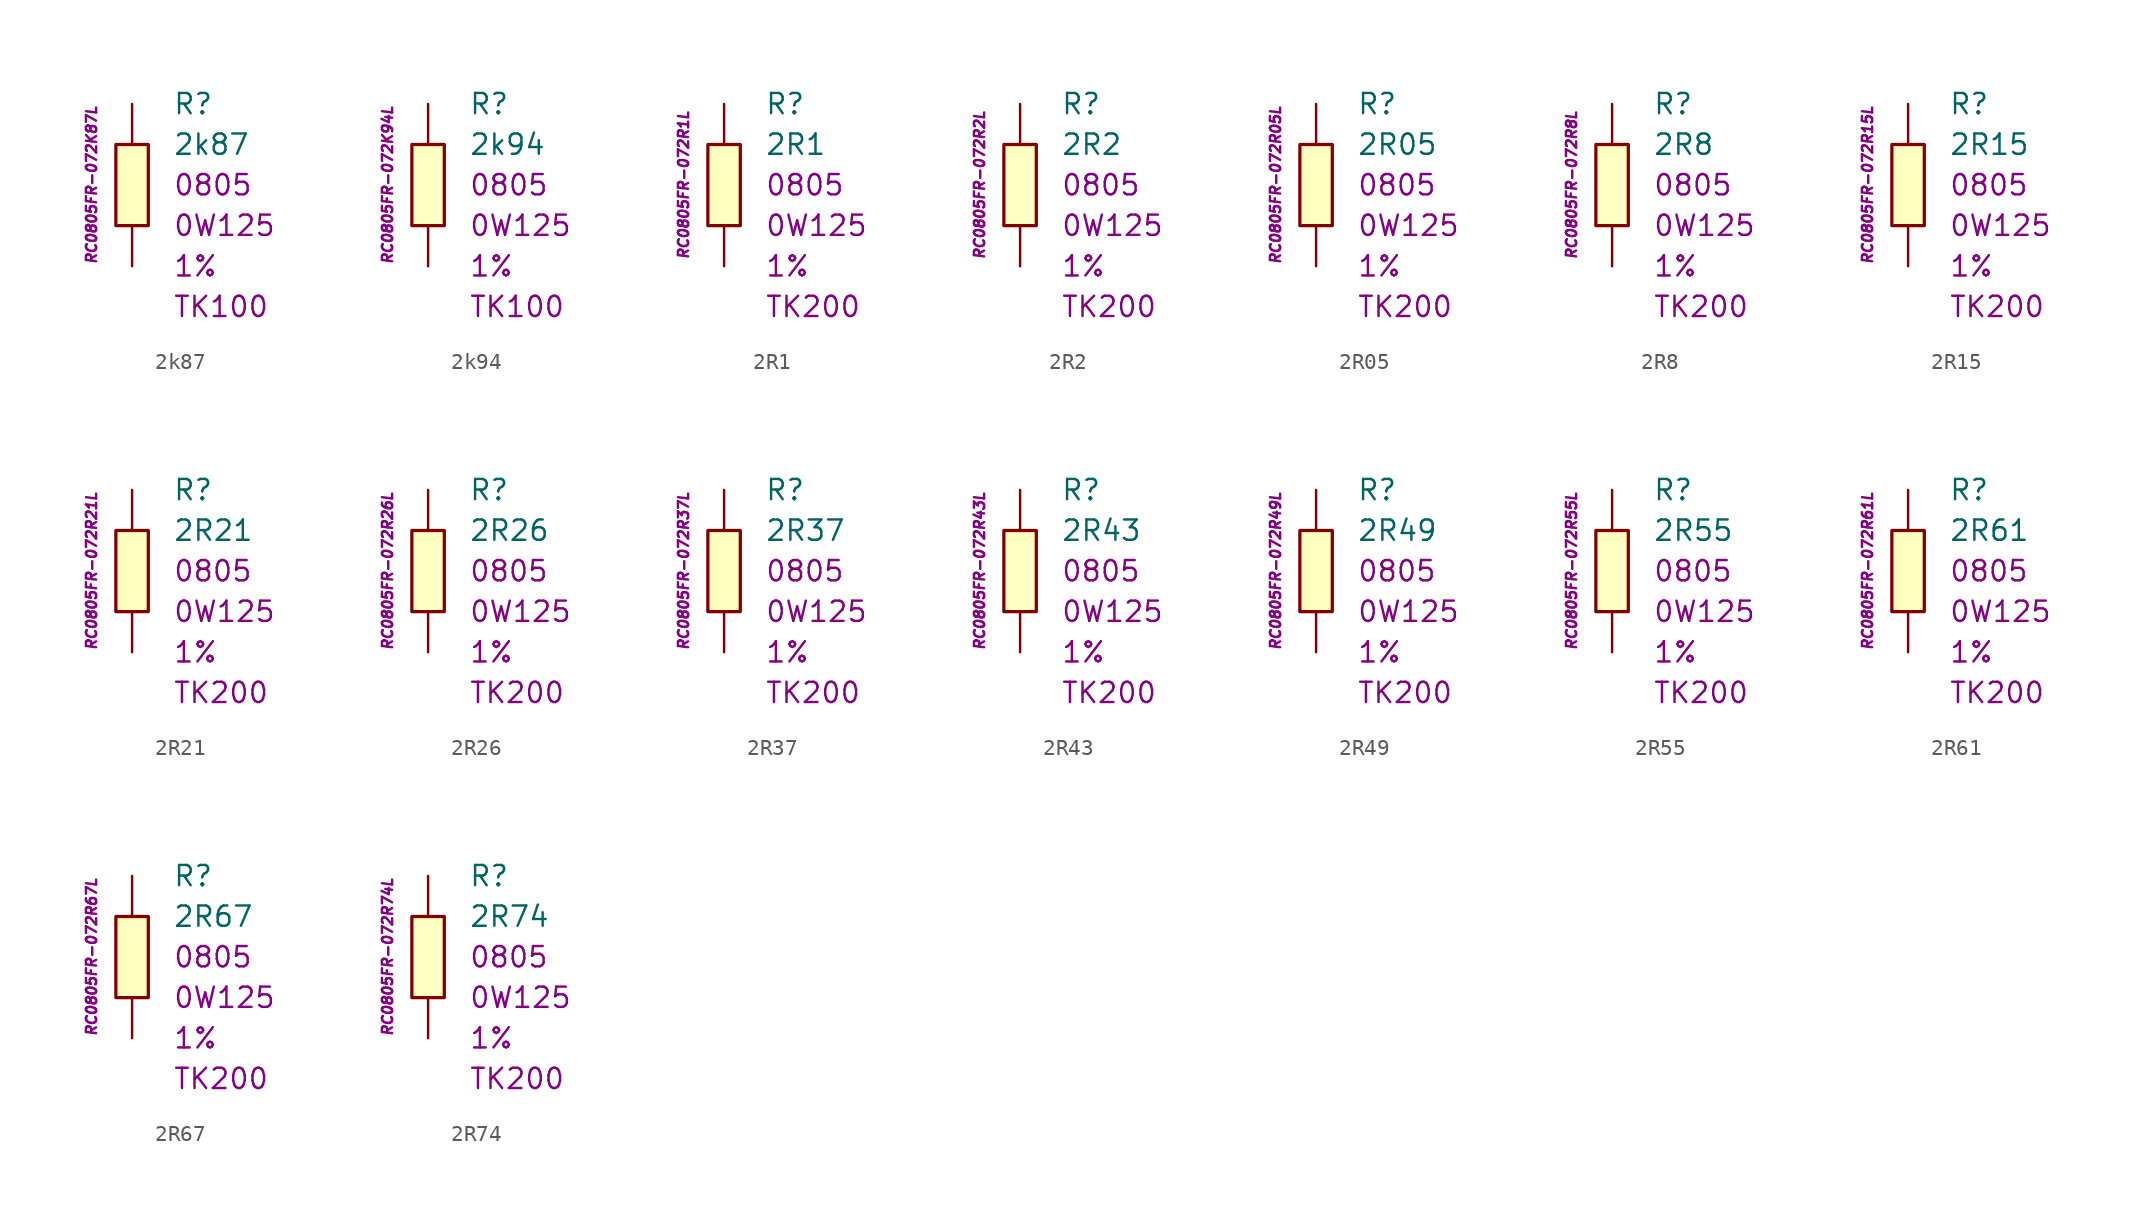
<source format=kicad_sym>
(kicad_symbol_lib
  (version 20201005)
  (generator kicad_symbol_editor)
  (symbol "2k87"
    (pin_numbers hide)
    (pin_names
      (offset 1.016) hide)
    (property "Reference" "R"
      (at 2.54 5.08 0)
      (effects (font (size 1.27 1.27)) (justify left)))
    (property "Value" "2k87"
      (at 2.54 2.54 0)
      (effects (font (size 1.27 1.27)) (justify left)))
    (property "Package" "0805"
      (at 2.54 0 0)
      (effects (font (size 1.27 1.27)) (justify left)))
    (property "Power" "0W125"
      (at 2.54 -2.54 0)
      (effects (font (size 1.27 1.27)) (justify left)))
    (property "Tolerance" "1%"
      (at 2.54 -5.08 0)
      (effects (font (size 1.27 1.27)) (justify left)))
    (property "TK" "TK100"
      (at 2.54 -7.62 0)
      (effects (font (size 1.27 1.27)) (justify left)))
    (property "ID" "RC0805FR-072K87L"
      (at -2.54 0 90)
      (effects (font (size 0.635 0.635) italic)))
    (symbol "2k87_0_1"
      (rectangle (start -1.016 2.54) (end 1.016 -2.54) (stroke (width 0.203)) (fill (type background))))
    (symbol "2k87_1_1"
      (pin passive line (at 0 5.08 270) (length 2.54) (name "~" (effects (font (size 1.778 1.778)))) (number "1" (effects (font (size 1.778 1.778)))))
      (pin passive line (at 0 -5.08 90) (length 2.54) (name "~" (effects (font (size 1.778 1.778)))) (number "2" (effects (font (size 1.778 1.778)))))))
  (symbol "2k94"
    (pin_numbers hide)
    (pin_names
      (offset 1.016) hide)
    (property "Reference" "R"
      (at 2.54 5.08 0)
      (effects (font (size 1.27 1.27)) (justify left)))
    (property "Value" "2k94"
      (at 2.54 2.54 0)
      (effects (font (size 1.27 1.27)) (justify left)))
    (property "Package" "0805"
      (at 2.54 0 0)
      (effects (font (size 1.27 1.27)) (justify left)))
    (property "Power" "0W125"
      (at 2.54 -2.54 0)
      (effects (font (size 1.27 1.27)) (justify left)))
    (property "Tolerance" "1%"
      (at 2.54 -5.08 0)
      (effects (font (size 1.27 1.27)) (justify left)))
    (property "TK" "TK100"
      (at 2.54 -7.62 0)
      (effects (font (size 1.27 1.27)) (justify left)))
    (property "ID" "RC0805FR-072K94L"
      (at -2.54 0 90)
      (effects (font (size 0.635 0.635) italic)))
    (symbol "2k94_0_1"
      (rectangle (start -1.016 2.54) (end 1.016 -2.54) (stroke (width 0.203)) (fill (type background))))
    (symbol "2k94_1_1"
      (pin passive line (at 0 5.08 270) (length 2.54) (name "~" (effects (font (size 1.778 1.778)))) (number "1" (effects (font (size 1.778 1.778)))))
      (pin passive line (at 0 -5.08 90) (length 2.54) (name "~" (effects (font (size 1.778 1.778)))) (number "2" (effects (font (size 1.778 1.778)))))))
  (symbol "2R1"
    (pin_numbers hide)
    (pin_names
      (offset 1.016) hide)
    (property "Reference" "R"
      (at 2.54 5.08 0)
      (effects (font (size 1.27 1.27)) (justify left)))
    (property "Value" "2R1"
      (at 2.54 2.54 0)
      (effects (font (size 1.27 1.27)) (justify left)))
    (property "Package" "0805"
      (at 2.54 0 0)
      (effects (font (size 1.27 1.27)) (justify left)))
    (property "Power" "0W125"
      (at 2.54 -2.54 0)
      (effects (font (size 1.27 1.27)) (justify left)))
    (property "Tolerance" "1%"
      (at 2.54 -5.08 0)
      (effects (font (size 1.27 1.27)) (justify left)))
    (property "TK" "TK200"
      (at 2.54 -7.62 0)
      (effects (font (size 1.27 1.27)) (justify left)))
    (property "ID" "RC0805FR-072R1L"
      (at -2.54 0 90)
      (effects (font (size 0.635 0.635) italic)))
    (symbol "2R1_0_1"
      (rectangle (start -1.016 2.54) (end 1.016 -2.54) (stroke (width 0.203)) (fill (type background))))
    (symbol "2R1_1_1"
      (pin passive line (at 0 5.08 270) (length 2.54) (name "~" (effects (font (size 1.778 1.778)))) (number "1" (effects (font (size 1.778 1.778)))))
      (pin passive line (at 0 -5.08 90) (length 2.54) (name "~" (effects (font (size 1.778 1.778)))) (number "2" (effects (font (size 1.778 1.778)))))))
  (symbol "2R2"
    (pin_numbers hide)
    (pin_names
      (offset 1.016) hide)
    (property "Reference" "R"
      (at 2.54 5.08 0)
      (effects (font (size 1.27 1.27)) (justify left)))
    (property "Value" "2R2"
      (at 2.54 2.54 0)
      (effects (font (size 1.27 1.27)) (justify left)))
    (property "Package" "0805"
      (at 2.54 0 0)
      (effects (font (size 1.27 1.27)) (justify left)))
    (property "Power" "0W125"
      (at 2.54 -2.54 0)
      (effects (font (size 1.27 1.27)) (justify left)))
    (property "Tolerance" "1%"
      (at 2.54 -5.08 0)
      (effects (font (size 1.27 1.27)) (justify left)))
    (property "TK" "TK200"
      (at 2.54 -7.62 0)
      (effects (font (size 1.27 1.27)) (justify left)))
    (property "ID" "RC0805FR-072R2L"
      (at -2.54 0 90)
      (effects (font (size 0.635 0.635) italic)))
    (symbol "2R2_0_1"
      (rectangle (start -1.016 2.54) (end 1.016 -2.54) (stroke (width 0.203)) (fill (type background))))
    (symbol "2R2_1_1"
      (pin passive line (at 0 5.08 270) (length 2.54) (name "~" (effects (font (size 1.778 1.778)))) (number "1" (effects (font (size 1.778 1.778)))))
      (pin passive line (at 0 -5.08 90) (length 2.54) (name "~" (effects (font (size 1.778 1.778)))) (number "2" (effects (font (size 1.778 1.778)))))))
  (symbol "2R05"
    (pin_numbers hide)
    (pin_names
      (offset 1.016) hide)
    (property "Reference" "R"
      (at 2.54 5.08 0)
      (effects (font (size 1.27 1.27)) (justify left)))
    (property "Value" "2R05"
      (at 2.54 2.54 0)
      (effects (font (size 1.27 1.27)) (justify left)))
    (property "Package" "0805"
      (at 2.54 0 0)
      (effects (font (size 1.27 1.27)) (justify left)))
    (property "Power" "0W125"
      (at 2.54 -2.54 0)
      (effects (font (size 1.27 1.27)) (justify left)))
    (property "Tolerance" "1%"
      (at 2.54 -5.08 0)
      (effects (font (size 1.27 1.27)) (justify left)))
    (property "TK" "TK200"
      (at 2.54 -7.62 0)
      (effects (font (size 1.27 1.27)) (justify left)))
    (property "ID" "RC0805FR-072R05L"
      (at -2.54 0 90)
      (effects (font (size 0.635 0.635) italic)))
    (symbol "2R05_0_1"
      (rectangle (start -1.016 2.54) (end 1.016 -2.54) (stroke (width 0.203)) (fill (type background))))
    (symbol "2R05_1_1"
      (pin passive line (at 0 5.08 270) (length 2.54) (name "~" (effects (font (size 1.778 1.778)))) (number "1" (effects (font (size 1.778 1.778)))))
      (pin passive line (at 0 -5.08 90) (length 2.54) (name "~" (effects (font (size 1.778 1.778)))) (number "2" (effects (font (size 1.778 1.778)))))))
  (symbol "2R8"
    (pin_numbers hide)
    (pin_names
      (offset 1.016) hide)
    (property "Reference" "R"
      (at 2.54 5.08 0)
      (effects (font (size 1.27 1.27)) (justify left)))
    (property "Value" "2R8"
      (at 2.54 2.54 0)
      (effects (font (size 1.27 1.27)) (justify left)))
    (property "Package" "0805"
      (at 2.54 0 0)
      (effects (font (size 1.27 1.27)) (justify left)))
    (property "Power" "0W125"
      (at 2.54 -2.54 0)
      (effects (font (size 1.27 1.27)) (justify left)))
    (property "Tolerance" "1%"
      (at 2.54 -5.08 0)
      (effects (font (size 1.27 1.27)) (justify left)))
    (property "TK" "TK200"
      (at 2.54 -7.62 0)
      (effects (font (size 1.27 1.27)) (justify left)))
    (property "ID" "RC0805FR-072R8L"
      (at -2.54 0 90)
      (effects (font (size 0.635 0.635) italic)))
    (symbol "2R8_0_1"
      (rectangle (start -1.016 2.54) (end 1.016 -2.54) (stroke (width 0.203)) (fill (type background))))
    (symbol "2R8_1_1"
      (pin passive line (at 0 5.08 270) (length 2.54) (name "~" (effects (font (size 1.778 1.778)))) (number "1" (effects (font (size 1.778 1.778)))))
      (pin passive line (at 0 -5.08 90) (length 2.54) (name "~" (effects (font (size 1.778 1.778)))) (number "2" (effects (font (size 1.778 1.778)))))))
  (symbol "2R15"
    (pin_numbers hide)
    (pin_names
      (offset 1.016) hide)
    (property "Reference" "R"
      (at 2.54 5.08 0)
      (effects (font (size 1.27 1.27)) (justify left)))
    (property "Value" "2R15"
      (at 2.54 2.54 0)
      (effects (font (size 1.27 1.27)) (justify left)))
    (property "Package" "0805"
      (at 2.54 0 0)
      (effects (font (size 1.27 1.27)) (justify left)))
    (property "Power" "0W125"
      (at 2.54 -2.54 0)
      (effects (font (size 1.27 1.27)) (justify left)))
    (property "Tolerance" "1%"
      (at 2.54 -5.08 0)
      (effects (font (size 1.27 1.27)) (justify left)))
    (property "TK" "TK200"
      (at 2.54 -7.62 0)
      (effects (font (size 1.27 1.27)) (justify left)))
    (property "ID" "RC0805FR-072R15L"
      (at -2.54 0 90)
      (effects (font (size 0.635 0.635) italic)))
    (symbol "2R15_0_1"
      (rectangle (start -1.016 2.54) (end 1.016 -2.54) (stroke (width 0.203)) (fill (type background))))
    (symbol "2R15_1_1"
      (pin passive line (at 0 5.08 270) (length 2.54) (name "~" (effects (font (size 1.778 1.778)))) (number "1" (effects (font (size 1.778 1.778)))))
      (pin passive line (at 0 -5.08 90) (length 2.54) (name "~" (effects (font (size 1.778 1.778)))) (number "2" (effects (font (size 1.778 1.778)))))))
  (symbol "2R21"
    (pin_numbers hide)
    (pin_names
      (offset 1.016) hide)
    (property "Reference" "R"
      (at 2.54 5.08 0)
      (effects (font (size 1.27 1.27)) (justify left)))
    (property "Value" "2R21"
      (at 2.54 2.54 0)
      (effects (font (size 1.27 1.27)) (justify left)))
    (property "Package" "0805"
      (at 2.54 0 0)
      (effects (font (size 1.27 1.27)) (justify left)))
    (property "Power" "0W125"
      (at 2.54 -2.54 0)
      (effects (font (size 1.27 1.27)) (justify left)))
    (property "Tolerance" "1%"
      (at 2.54 -5.08 0)
      (effects (font (size 1.27 1.27)) (justify left)))
    (property "TK" "TK200"
      (at 2.54 -7.62 0)
      (effects (font (size 1.27 1.27)) (justify left)))
    (property "ID" "RC0805FR-072R21L"
      (at -2.54 0 90)
      (effects (font (size 0.635 0.635) italic)))
    (symbol "2R21_0_1"
      (rectangle (start -1.016 2.54) (end 1.016 -2.54) (stroke (width 0.203)) (fill (type background))))
    (symbol "2R21_1_1"
      (pin passive line (at 0 5.08 270) (length 2.54) (name "~" (effects (font (size 1.778 1.778)))) (number "1" (effects (font (size 1.778 1.778)))))
      (pin passive line (at 0 -5.08 90) (length 2.54) (name "~" (effects (font (size 1.778 1.778)))) (number "2" (effects (font (size 1.778 1.778)))))))
  (symbol "2R26"
    (pin_numbers hide)
    (pin_names
      (offset 1.016) hide)
    (property "Reference" "R"
      (at 2.54 5.08 0)
      (effects (font (size 1.27 1.27)) (justify left)))
    (property "Value" "2R26"
      (at 2.54 2.54 0)
      (effects (font (size 1.27 1.27)) (justify left)))
    (property "Package" "0805"
      (at 2.54 0 0)
      (effects (font (size 1.27 1.27)) (justify left)))
    (property "Power" "0W125"
      (at 2.54 -2.54 0)
      (effects (font (size 1.27 1.27)) (justify left)))
    (property "Tolerance" "1%"
      (at 2.54 -5.08 0)
      (effects (font (size 1.27 1.27)) (justify left)))
    (property "TK" "TK200"
      (at 2.54 -7.62 0)
      (effects (font (size 1.27 1.27)) (justify left)))
    (property "ID" "RC0805FR-072R26L"
      (at -2.54 0 90)
      (effects (font (size 0.635 0.635) italic)))
    (symbol "2R26_0_1"
      (rectangle (start -1.016 2.54) (end 1.016 -2.54) (stroke (width 0.203)) (fill (type background))))
    (symbol "2R26_1_1"
      (pin passive line (at 0 5.08 270) (length 2.54) (name "~" (effects (font (size 1.778 1.778)))) (number "1" (effects (font (size 1.778 1.778)))))
      (pin passive line (at 0 -5.08 90) (length 2.54) (name "~" (effects (font (size 1.778 1.778)))) (number "2" (effects (font (size 1.778 1.778)))))))
  (symbol "2R37"
    (pin_numbers hide)
    (pin_names
      (offset 1.016) hide)
    (property "Reference" "R"
      (at 2.54 5.08 0)
      (effects (font (size 1.27 1.27)) (justify left)))
    (property "Value" "2R37"
      (at 2.54 2.54 0)
      (effects (font (size 1.27 1.27)) (justify left)))
    (property "Package" "0805"
      (at 2.54 0 0)
      (effects (font (size 1.27 1.27)) (justify left)))
    (property "Power" "0W125"
      (at 2.54 -2.54 0)
      (effects (font (size 1.27 1.27)) (justify left)))
    (property "Tolerance" "1%"
      (at 2.54 -5.08 0)
      (effects (font (size 1.27 1.27)) (justify left)))
    (property "TK" "TK200"
      (at 2.54 -7.62 0)
      (effects (font (size 1.27 1.27)) (justify left)))
    (property "ID" "RC0805FR-072R37L"
      (at -2.54 0 90)
      (effects (font (size 0.635 0.635) italic)))
    (symbol "2R37_0_1"
      (rectangle (start -1.016 2.54) (end 1.016 -2.54) (stroke (width 0.203)) (fill (type background))))
    (symbol "2R37_1_1"
      (pin passive line (at 0 5.08 270) (length 2.54) (name "~" (effects (font (size 1.778 1.778)))) (number "1" (effects (font (size 1.778 1.778)))))
      (pin passive line (at 0 -5.08 90) (length 2.54) (name "~" (effects (font (size 1.778 1.778)))) (number "2" (effects (font (size 1.778 1.778)))))))
  (symbol "2R43"
    (pin_numbers hide)
    (pin_names
      (offset 1.016) hide)
    (property "Reference" "R"
      (at 2.54 5.08 0)
      (effects (font (size 1.27 1.27)) (justify left)))
    (property "Value" "2R43"
      (at 2.54 2.54 0)
      (effects (font (size 1.27 1.27)) (justify left)))
    (property "Package" "0805"
      (at 2.54 0 0)
      (effects (font (size 1.27 1.27)) (justify left)))
    (property "Power" "0W125"
      (at 2.54 -2.54 0)
      (effects (font (size 1.27 1.27)) (justify left)))
    (property "Tolerance" "1%"
      (at 2.54 -5.08 0)
      (effects (font (size 1.27 1.27)) (justify left)))
    (property "TK" "TK200"
      (at 2.54 -7.62 0)
      (effects (font (size 1.27 1.27)) (justify left)))
    (property "ID" "RC0805FR-072R43L"
      (at -2.54 0 90)
      (effects (font (size 0.635 0.635) italic)))
    (symbol "2R43_0_1"
      (rectangle (start -1.016 2.54) (end 1.016 -2.54) (stroke (width 0.203)) (fill (type background))))
    (symbol "2R43_1_1"
      (pin passive line (at 0 5.08 270) (length 2.54) (name "~" (effects (font (size 1.778 1.778)))) (number "1" (effects (font (size 1.778 1.778)))))
      (pin passive line (at 0 -5.08 90) (length 2.54) (name "~" (effects (font (size 1.778 1.778)))) (number "2" (effects (font (size 1.778 1.778)))))))
  (symbol "2R49"
    (pin_numbers hide)
    (pin_names
      (offset 1.016) hide)
    (property "Reference" "R"
      (at 2.54 5.08 0)
      (effects (font (size 1.27 1.27)) (justify left)))
    (property "Value" "2R49"
      (at 2.54 2.54 0)
      (effects (font (size 1.27 1.27)) (justify left)))
    (property "Package" "0805"
      (at 2.54 0 0)
      (effects (font (size 1.27 1.27)) (justify left)))
    (property "Power" "0W125"
      (at 2.54 -2.54 0)
      (effects (font (size 1.27 1.27)) (justify left)))
    (property "Tolerance" "1%"
      (at 2.54 -5.08 0)
      (effects (font (size 1.27 1.27)) (justify left)))
    (property "TK" "TK200"
      (at 2.54 -7.62 0)
      (effects (font (size 1.27 1.27)) (justify left)))
    (property "ID" "RC0805FR-072R49L"
      (at -2.54 0 90)
      (effects (font (size 0.635 0.635) italic)))
    (symbol "2R49_0_1"
      (rectangle (start -1.016 2.54) (end 1.016 -2.54) (stroke (width 0.203)) (fill (type background))))
    (symbol "2R49_1_1"
      (pin passive line (at 0 5.08 270) (length 2.54) (name "~" (effects (font (size 1.778 1.778)))) (number "1" (effects (font (size 1.778 1.778)))))
      (pin passive line (at 0 -5.08 90) (length 2.54) (name "~" (effects (font (size 1.778 1.778)))) (number "2" (effects (font (size 1.778 1.778)))))))
  (symbol "2R55"
    (pin_numbers hide)
    (pin_names
      (offset 1.016) hide)
    (property "Reference" "R"
      (at 2.54 5.08 0)
      (effects (font (size 1.27 1.27)) (justify left)))
    (property "Value" "2R55"
      (at 2.54 2.54 0)
      (effects (font (size 1.27 1.27)) (justify left)))
    (property "Package" "0805"
      (at 2.54 0 0)
      (effects (font (size 1.27 1.27)) (justify left)))
    (property "Power" "0W125"
      (at 2.54 -2.54 0)
      (effects (font (size 1.27 1.27)) (justify left)))
    (property "Tolerance" "1%"
      (at 2.54 -5.08 0)
      (effects (font (size 1.27 1.27)) (justify left)))
    (property "TK" "TK200"
      (at 2.54 -7.62 0)
      (effects (font (size 1.27 1.27)) (justify left)))
    (property "ID" "RC0805FR-072R55L"
      (at -2.54 0 90)
      (effects (font (size 0.635 0.635) italic)))
    (symbol "2R55_0_1"
      (rectangle (start -1.016 2.54) (end 1.016 -2.54) (stroke (width 0.203)) (fill (type background))))
    (symbol "2R55_1_1"
      (pin passive line (at 0 5.08 270) (length 2.54) (name "~" (effects (font (size 1.778 1.778)))) (number "1" (effects (font (size 1.778 1.778)))))
      (pin passive line (at 0 -5.08 90) (length 2.54) (name "~" (effects (font (size 1.778 1.778)))) (number "2" (effects (font (size 1.778 1.778)))))))
  (symbol "2R61"
    (pin_numbers hide)
    (pin_names
      (offset 1.016) hide)
    (property "Reference" "R"
      (at 2.54 5.08 0)
      (effects (font (size 1.27 1.27)) (justify left)))
    (property "Value" "2R61"
      (at 2.54 2.54 0)
      (effects (font (size 1.27 1.27)) (justify left)))
    (property "Package" "0805"
      (at 2.54 0 0)
      (effects (font (size 1.27 1.27)) (justify left)))
    (property "Power" "0W125"
      (at 2.54 -2.54 0)
      (effects (font (size 1.27 1.27)) (justify left)))
    (property "Tolerance" "1%"
      (at 2.54 -5.08 0)
      (effects (font (size 1.27 1.27)) (justify left)))
    (property "TK" "TK200"
      (at 2.54 -7.62 0)
      (effects (font (size 1.27 1.27)) (justify left)))
    (property "ID" "RC0805FR-072R61L"
      (at -2.54 0 90)
      (effects (font (size 0.635 0.635) italic)))
    (symbol "2R61_0_1"
      (rectangle (start -1.016 2.54) (end 1.016 -2.54) (stroke (width 0.203)) (fill (type background))))
    (symbol "2R61_1_1"
      (pin passive line (at 0 5.08 270) (length 2.54) (name "~" (effects (font (size 1.778 1.778)))) (number "1" (effects (font (size 1.778 1.778)))))
      (pin passive line (at 0 -5.08 90) (length 2.54) (name "~" (effects (font (size 1.778 1.778)))) (number "2" (effects (font (size 1.778 1.778)))))))
  (symbol "2R67"
    (pin_numbers hide)
    (pin_names
      (offset 1.016) hide)
    (property "Reference" "R"
      (at 2.54 5.08 0)
      (effects (font (size 1.27 1.27)) (justify left)))
    (property "Value" "2R67"
      (at 2.54 2.54 0)
      (effects (font (size 1.27 1.27)) (justify left)))
    (property "Package" "0805"
      (at 2.54 0 0)
      (effects (font (size 1.27 1.27)) (justify left)))
    (property "Power" "0W125"
      (at 2.54 -2.54 0)
      (effects (font (size 1.27 1.27)) (justify left)))
    (property "Tolerance" "1%"
      (at 2.54 -5.08 0)
      (effects (font (size 1.27 1.27)) (justify left)))
    (property "TK" "TK200"
      (at 2.54 -7.62 0)
      (effects (font (size 1.27 1.27)) (justify left)))
    (property "ID" "RC0805FR-072R67L"
      (at -2.54 0 90)
      (effects (font (size 0.635 0.635) italic)))
    (symbol "2R67_0_1"
      (rectangle (start -1.016 2.54) (end 1.016 -2.54) (stroke (width 0.203)) (fill (type background))))
    (symbol "2R67_1_1"
      (pin passive line (at 0 5.08 270) (length 2.54) (name "~" (effects (font (size 1.778 1.778)))) (number "1" (effects (font (size 1.778 1.778)))))
      (pin passive line (at 0 -5.08 90) (length 2.54) (name "~" (effects (font (size 1.778 1.778)))) (number "2" (effects (font (size 1.778 1.778)))))))
  (symbol "2R74"
    (pin_numbers hide)
    (pin_names
      (offset 1.016) hide)
    (property "Reference" "R"
      (at 2.54 5.08 0)
      (effects (font (size 1.27 1.27)) (justify left)))
    (property "Value" "2R74"
      (at 2.54 2.54 0)
      (effects (font (size 1.27 1.27)) (justify left)))
    (property "Package" "0805"
      (at 2.54 0 0)
      (effects (font (size 1.27 1.27)) (justify left)))
    (property "Power" "0W125"
      (at 2.54 -2.54 0)
      (effects (font (size 1.27 1.27)) (justify left)))
    (property "Tolerance" "1%"
      (at 2.54 -5.08 0)
      (effects (font (size 1.27 1.27)) (justify left)))
    (property "TK" "TK200"
      (at 2.54 -7.62 0)
      (effects (font (size 1.27 1.27)) (justify left)))
    (property "ID" "RC0805FR-072R74L"
      (at -2.54 0 90)
      (effects (font (size 0.635 0.635) italic)))
    (symbol "2R74_0_1"
      (rectangle (start -1.016 2.54) (end 1.016 -2.54) (stroke (width 0.203)) (fill (type background))))
    (symbol "2R74_1_1"
      (pin passive line (at 0 5.08 270) (length 2.54) (name "~" (effects (font (size 1.778 1.778)))) (number "1" (effects (font (size 1.778 1.778)))))
      (pin passive line (at 0 -5.08 90) (length 2.54) (name "~" (effects (font (size 1.778 1.778)))) (number "2" (effects (font (size 1.778 1.778))))))))
</source>
